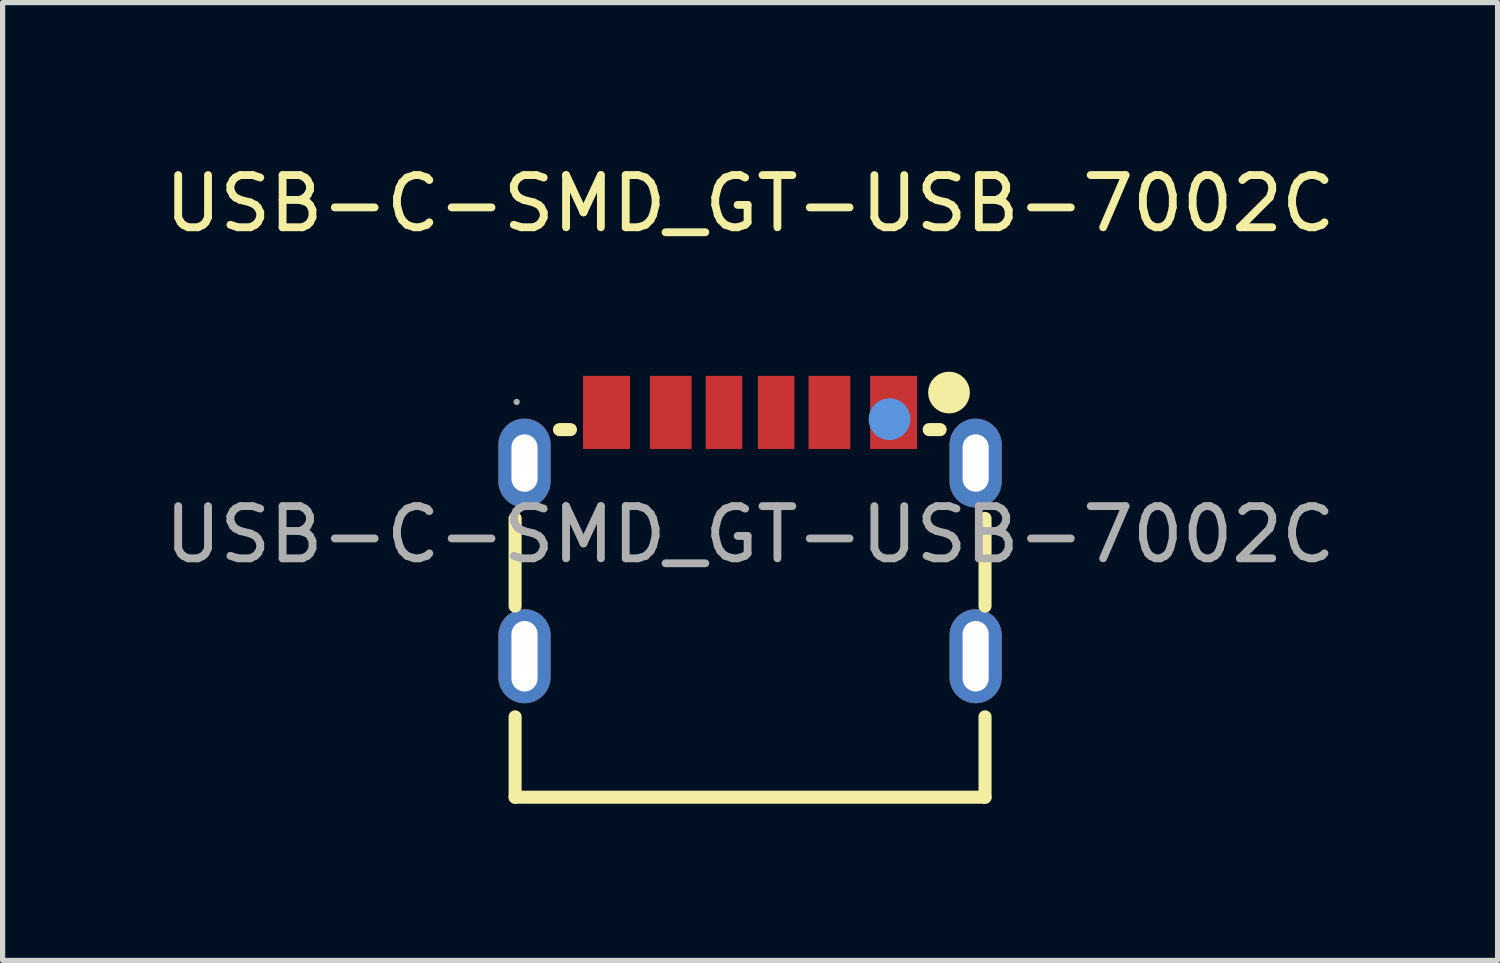
<source format=kicad_pcb>
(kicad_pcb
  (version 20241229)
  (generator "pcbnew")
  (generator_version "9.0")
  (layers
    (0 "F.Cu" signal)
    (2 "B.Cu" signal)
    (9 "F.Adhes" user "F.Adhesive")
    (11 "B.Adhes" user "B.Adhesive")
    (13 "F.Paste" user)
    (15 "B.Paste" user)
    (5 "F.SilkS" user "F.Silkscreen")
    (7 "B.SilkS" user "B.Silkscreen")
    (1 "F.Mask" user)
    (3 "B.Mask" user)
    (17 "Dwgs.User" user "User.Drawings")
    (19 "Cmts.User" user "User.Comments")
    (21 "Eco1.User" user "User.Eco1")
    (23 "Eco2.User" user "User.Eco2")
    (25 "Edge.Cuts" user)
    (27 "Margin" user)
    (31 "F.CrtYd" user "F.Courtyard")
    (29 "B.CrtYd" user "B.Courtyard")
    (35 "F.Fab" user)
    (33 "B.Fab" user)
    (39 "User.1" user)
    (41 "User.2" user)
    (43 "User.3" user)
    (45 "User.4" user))
  (footprint "USB-C-SMD_GT-USB-7002C"
    (layer "F.Cu")
    (at 11.315 7.188)
    (property "Reference" "USB-C-SMD_GT-USB-7002C" (at 0 -6.34 0) (layer "F.SilkS") (effects (font (size 1 1) (thickness 0.15))))
    (attr smd)
    (fp_line (start -4.5 1.37) (end -4.5 -0.31) (stroke (width 0.25) (type solid)) (layer "F.SilkS"))
    (fp_line (start -4.5 5.03) (end -4.5 3.49) (stroke (width 0.25) (type solid)) (layer "F.SilkS"))
    (fp_line (start -3.44 -2.01) (end -3.65 -2.01) (stroke (width 0.25) (type solid)) (layer "F.SilkS"))
    (fp_line (start 3.64 -2.01) (end 3.43 -2.01) (stroke (width 0.25) (type solid)) (layer "F.SilkS"))
    (fp_line (start 4.5 1.37) (end 4.5 -0.31) (stroke (width 0.25) (type solid)) (layer "F.SilkS"))
    (fp_line (start 4.5 5.03) (end -4.5 5.03) (stroke (width 0.25) (type solid)) (layer "F.SilkS"))
    (fp_line (start 4.5 5.03) (end 4.5 3.49) (stroke (width 0.25) (type solid)) (layer "F.SilkS"))
    (fp_circle (center 3.81 -2.72) (end 4.01 -2.72) (stroke (width 0.4) (type solid)) (fill no) (layer "F.SilkS"))
    (fp_circle (center 2.67 -2.21) (end 2.87 -2.21) (stroke (width 0.4) (type solid)) (fill no) (layer "Cmts.User"))
    (fp_circle (center -4.47 -2.54) (end -4.44 -2.54) (stroke (width 0.06) (type solid)) (fill no) (layer "F.Fab"))
    (fp_text user "${REFERENCE}" (at 0 0 0) (layer "F.Fab") (effects (font (size 1 1) (thickness 0.15))))
    (pad "A05" smd rect (at -0.5 -2.34) (size 0.7 1.4) (layers "F.Cu" "F.Mask" "F.Paste"))
    (pad "A09" smd rect (at 1.52 -2.34) (size 0.8 1.4) (layers "F.Cu" "F.Mask" "F.Paste"))
    (pad "A12" smd rect (at 2.75 -2.34) (size 0.9 1.4) (layers "F.Cu" "F.Mask" "F.Paste"))
    (pad "B05" smd rect (at 0.5 -2.34) (size 0.7 1.4) (layers "F.Cu" "F.Mask" "F.Paste"))
    (pad "B09" smd rect (at -1.52 -2.34) (size 0.8 1.4) (layers "F.Cu" "F.Mask" "F.Paste"))
    (pad "B12" smd rect (at -2.75 -2.34) (size 0.9 1.4) (layers "F.Cu" "F.Mask" "F.Paste"))
    (pad "SHELL" thru_hole oval (at -4.32 -1.37) (size 1 1.7) (drill oval 0.5 1.1) (layers "*.Cu" "*.Mask"))
    (pad "SHELL" thru_hole oval (at -4.32 2.33) (size 1 1.8) (drill oval 0.5 1.35) (layers "*.Cu" "*.Mask"))
    (pad "SHELL" thru_hole oval (at 4.32 -1.37) (size 1 1.7) (drill oval 0.5 1.1) (layers "*.Cu" "*.Mask"))
    (pad "SHELL" thru_hole oval (at 4.32 2.33) (size 1 1.8) (drill oval 0.5 1.35) (layers "*.Cu" "*.Mask")))
  (gr_rect
    (start -3 -3)
    (end 25.631 15.343)
    (stroke (width 0.1) (type default))
    (fill no)
    (layer "Edge.Cuts")))
</source>
